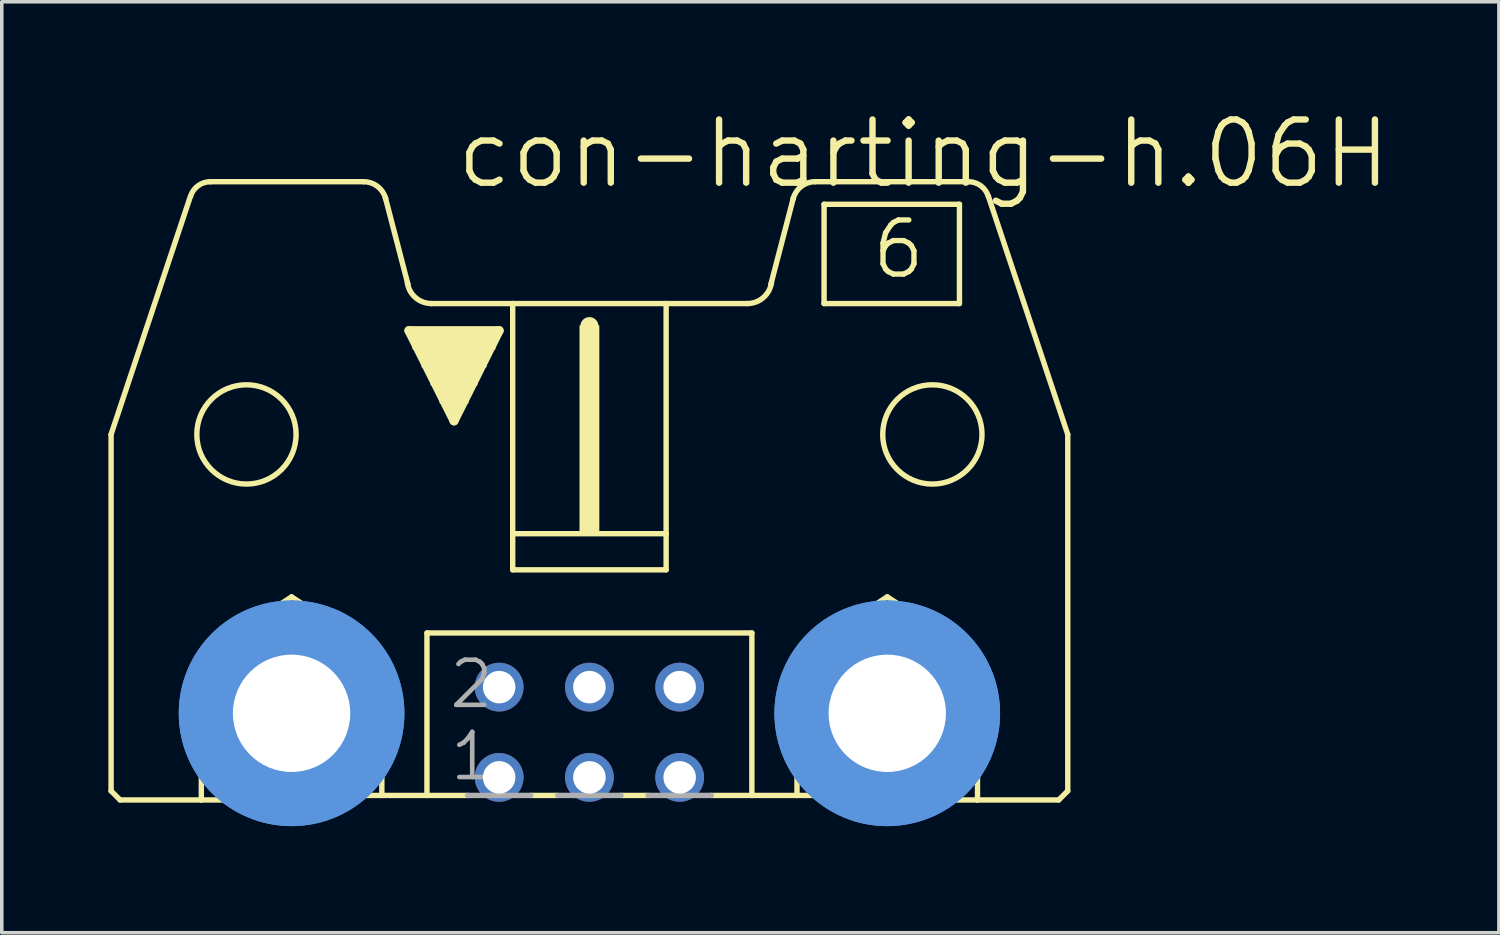
<source format=kicad_pcb>
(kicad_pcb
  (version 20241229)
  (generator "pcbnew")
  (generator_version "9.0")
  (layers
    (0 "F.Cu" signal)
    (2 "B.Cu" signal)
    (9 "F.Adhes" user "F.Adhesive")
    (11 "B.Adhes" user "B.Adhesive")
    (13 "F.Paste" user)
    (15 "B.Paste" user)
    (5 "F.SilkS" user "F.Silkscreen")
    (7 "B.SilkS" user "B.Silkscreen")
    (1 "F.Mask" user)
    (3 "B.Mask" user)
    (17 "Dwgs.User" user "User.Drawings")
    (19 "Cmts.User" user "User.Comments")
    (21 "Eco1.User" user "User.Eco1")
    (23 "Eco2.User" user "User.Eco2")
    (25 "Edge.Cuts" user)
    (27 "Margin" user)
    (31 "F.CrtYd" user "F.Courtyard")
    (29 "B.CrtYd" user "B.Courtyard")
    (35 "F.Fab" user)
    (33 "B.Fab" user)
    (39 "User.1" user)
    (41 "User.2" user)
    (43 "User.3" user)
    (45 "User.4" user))
  (footprint "con-harting-h.06H"
    (layer "F.Cu")
    (at 13.538 17.558)
    (property "Reference" "con-harting-h.06H" (at -3.835 -15.24 0) (layer "F.SilkS") (effects (font (size 1.778 1.778) (thickness 0.18)) (justify left bottom)))
    (attr through_hole)
    (fp_line (start -13.462 1.651) (end -13.462 -8.382) (stroke (width 0.152) (type default)) (layer "F.SilkS"))
    (fp_line (start -13.462 1.651) (end -13.208 1.905) (stroke (width 0.152) (type default)) (layer "F.SilkS"))
    (fp_line (start -13.208 1.905) (end -10.922 1.905) (stroke (width 0.152) (type default)) (layer "F.SilkS"))
    (fp_line (start -11.227 -15.088) (end -13.462 -8.382) (stroke (width 0.152) (type default)) (layer "F.SilkS"))
    (fp_line (start -10.922 -2.159) (end -8.382 -3.81) (stroke (width 0.152) (type default)) (layer "F.SilkS"))
    (fp_line (start -10.922 1.905) (end -10.922 -2.159) (stroke (width 0.152) (type default)) (layer "F.SilkS"))
    (fp_line (start -10.922 1.905) (end -8.89 1.905) (stroke (width 0.152) (type default)) (layer "F.SilkS"))
    (fp_line (start -8.89 1.778) (end -8.89 1.905) (stroke (width 0.152) (type default)) (layer "F.SilkS"))
    (fp_line (start -8.89 1.778) (end -5.842 1.778) (stroke (width 0.152) (type default)) (layer "F.SilkS"))
    (fp_line (start -8.382 -3.81) (end -5.842 -2.159) (stroke (width 0.152) (type default)) (layer "F.SilkS"))
    (fp_line (start -6.35 -15.494) (end -10.668 -15.494) (stroke (width 0.152) (type default)) (layer "F.SilkS"))
    (fp_line (start -5.842 1.778) (end -5.842 -2.159) (stroke (width 0.152) (type default)) (layer "F.SilkS"))
    (fp_line (start -5.842 1.778) (end -4.572 1.778) (stroke (width 0.152) (type default)) (layer "F.SilkS"))
    (fp_line (start -5.105 -12.598) (end -5.74 -15.037) (stroke (width 0.152) (type default)) (layer "F.SilkS"))
    (fp_line (start -5.08 -11.303) (end -2.54 -11.303) (stroke (width 0.254) (type default)) (layer "F.SilkS"))
    (fp_line (start -4.572 -2.794) (end -4.572 1.778) (stroke (width 0.152) (type default)) (layer "F.SilkS"))
    (fp_line (start -4.572 1.778) (end -3.429 1.778) (stroke (width 0.152) (type default)) (layer "F.SilkS"))
    (fp_line (start -4.445 -12.065) (end -2.159 -12.065) (stroke (width 0.152) (type default)) (layer "F.SilkS"))
    (fp_line (start -3.81 -8.763) (end -5.08 -11.303) (stroke (width 0.254) (type default)) (layer "F.SilkS"))
    (fp_line (start -2.54 -11.303) (end -3.81 -8.763) (stroke (width 0.254) (type default)) (layer "F.SilkS"))
    (fp_line (start -2.159 -12.065) (end -2.159 -5.588) (stroke (width 0.152) (type default)) (layer "F.SilkS"))
    (fp_line (start -2.159 -12.065) (end 2.159 -12.065) (stroke (width 0.152) (type default)) (layer "F.SilkS"))
    (fp_line (start -2.159 -5.588) (end -2.159 -4.572) (stroke (width 0.152) (type default)) (layer "F.SilkS"))
    (fp_line (start -1.651 1.778) (end -0.889 1.778) (stroke (width 0.152) (type default)) (layer "F.SilkS"))
    (fp_line (start 0 -11.176) (end 0 -11.43) (stroke (width 0.508) (type default)) (layer "F.SilkS"))
    (fp_line (start 0.889 1.778) (end 1.651 1.778) (stroke (width 0.152) (type default)) (layer "F.SilkS"))
    (fp_line (start 2.159 -12.065) (end 2.159 -5.588) (stroke (width 0.152) (type default)) (layer "F.SilkS"))
    (fp_line (start 2.159 -12.065) (end 4.445 -12.065) (stroke (width 0.152) (type default)) (layer "F.SilkS"))
    (fp_line (start 2.159 -5.588) (end -2.159 -5.588) (stroke (width 0.152) (type default)) (layer "F.SilkS"))
    (fp_line (start 2.159 -5.588) (end 2.159 -4.572) (stroke (width 0.152) (type default)) (layer "F.SilkS"))
    (fp_line (start 2.159 -4.572) (end -2.159 -4.572) (stroke (width 0.152) (type default)) (layer "F.SilkS"))
    (fp_line (start 4.572 -2.794) (end -4.572 -2.794) (stroke (width 0.152) (type default)) (layer "F.SilkS"))
    (fp_line (start 4.572 -2.794) (end 4.572 1.778) (stroke (width 0.152) (type default)) (layer "F.SilkS"))
    (fp_line (start 4.572 1.778) (end 3.429 1.778) (stroke (width 0.152) (type default)) (layer "F.SilkS"))
    (fp_line (start 5.105 -12.598) (end 5.74 -15.037) (stroke (width 0.152) (type default)) (layer "F.SilkS"))
    (fp_line (start 5.842 -2.159) (end 8.382 -3.81) (stroke (width 0.152) (type default)) (layer "F.SilkS"))
    (fp_line (start 5.842 1.778) (end 4.572 1.778) (stroke (width 0.152) (type default)) (layer "F.SilkS"))
    (fp_line (start 5.842 1.778) (end 5.842 -2.159) (stroke (width 0.152) (type default)) (layer "F.SilkS"))
    (fp_line (start 6.35 -15.494) (end 10.668 -15.494) (stroke (width 0.152) (type default)) (layer "F.SilkS"))
    (fp_line (start 6.604 -14.859) (end 6.604 -12.065) (stroke (width 0.152) (type default)) (layer "F.SilkS"))
    (fp_line (start 6.604 -12.065) (end 10.414 -12.065) (stroke (width 0.152) (type default)) (layer "F.SilkS"))
    (fp_line (start 8.382 -3.81) (end 10.922 -2.159) (stroke (width 0.152) (type default)) (layer "F.SilkS"))
    (fp_line (start 8.89 1.778) (end 5.842 1.778) (stroke (width 0.152) (type default)) (layer "F.SilkS"))
    (fp_line (start 8.89 1.778) (end 8.89 1.905) (stroke (width 0.152) (type default)) (layer "F.SilkS"))
    (fp_line (start 10.414 -14.859) (end 6.604 -14.859) (stroke (width 0.152) (type default)) (layer "F.SilkS"))
    (fp_line (start 10.414 -14.859) (end 10.414 -12.065) (stroke (width 0.152) (type default)) (layer "F.SilkS"))
    (fp_line (start 10.922 1.905) (end 8.89 1.905) (stroke (width 0.152) (type default)) (layer "F.SilkS"))
    (fp_line (start 10.922 1.905) (end 10.922 -2.159) (stroke (width 0.152) (type default)) (layer "F.SilkS"))
    (fp_line (start 11.227 -15.088) (end 13.462 -8.382) (stroke (width 0.152) (type default)) (layer "F.SilkS"))
    (fp_line (start 13.208 1.905) (end 10.922 1.905) (stroke (width 0.152) (type default)) (layer "F.SilkS"))
    (fp_line (start 13.462 1.651) (end 13.208 1.905) (stroke (width 0.152) (type default)) (layer "F.SilkS"))
    (fp_line (start 13.462 1.651) (end 13.462 -8.382) (stroke (width 0.152) (type default)) (layer "F.SilkS"))
    (fp_rect (start -4.953 -10.795) (end -2.667 -11.303) (stroke (width 0.05) (type default)) (fill yes) (layer "F.SilkS"))
    (fp_rect (start -4.699 -10.287) (end -2.921 -10.795) (stroke (width 0.05) (type default)) (fill yes) (layer "F.SilkS"))
    (fp_rect (start -4.445 -9.779) (end -3.175 -10.287) (stroke (width 0.05) (type default)) (fill yes) (layer "F.SilkS"))
    (fp_rect (start -4.191 -9.271) (end -3.429 -9.779) (stroke (width 0.05) (type default)) (fill yes) (layer "F.SilkS"))
    (fp_rect (start -3.937 -9.017) (end -3.683 -9.271) (stroke (width 0.05) (type default)) (fill yes) (layer "F.SilkS"))
    (fp_rect (start -0.254 -5.588) (end 0.254 -11.43) (stroke (width 0.05) (type default)) (fill yes) (layer "F.SilkS"))
    (fp_arc (start -11.2244 -15.0878) (mid -11.012454 -15.38168) (end -10.668 -15.4941) (stroke (width 0.1524) (type default)) (layer "F.SilkS"))
    (fp_arc (start -6.35 -15.494) (mid -5.969 -15.367) (end -5.7404 -15.0368) (stroke (width 0.1524) (type default)) (layer "F.SilkS"))
    (fp_arc (start -5.7404 -15.0368) (mid -5.737084 -15.024931) (end -5.734 -15.013) (stroke (width 0.1524) (type default)) (layer "F.SilkS"))
    (fp_arc (start -4.445 -12.065) (mid -4.896774 -12.234824) (end -5.1248 -12.6602) (stroke (width 0.1524) (type default)) (layer "F.SilkS"))
    (fp_arc (start 5.1248 -12.6602) (mid 4.896774 -12.234824) (end 4.445 -12.065) (stroke (width 0.1524) (type default)) (layer "F.SilkS"))
    (fp_arc (start 5.734 -15.013) (mid 5.737084 -15.024931) (end 5.7404 -15.0368) (stroke (width 0.1524) (type default)) (layer "F.SilkS"))
    (fp_arc (start 5.7404 -15.0368) (mid 5.969 -15.367) (end 6.35 -15.494) (stroke (width 0.1524) (type default)) (layer "F.SilkS"))
    (fp_arc (start 10.668 -15.494) (mid 11.012385 -15.38161) (end 11.2243 -15.0878) (stroke (width 0.1524) (type default)) (layer "F.SilkS"))
    (fp_circle (center -9.652 -8.382) (end -8.255 -8.382) (stroke (width 0.152) (type default)) (fill no) (layer "F.SilkS"))
    (fp_circle (center -8.382 -0.533) (end -7.061 -0.533) (stroke (width 0.152) (type default)) (fill no) (layer "F.SilkS"))
    (fp_circle (center 8.382 -0.533) (end 9.703 -0.533) (stroke (width 0.152) (type default)) (fill no) (layer "F.SilkS"))
    (fp_circle (center 9.652 -8.382) (end 11.049 -8.382) (stroke (width 0.152) (type default)) (fill no) (layer "F.SilkS"))
    (fp_circle (center -8.382 -0.533) (end -6.096 -0.533) (stroke (width 1.778) (type default)) (fill no) (layer "Cmts.User"))
    (fp_circle (center -8.382 -0.533) (end -6.096 -0.533) (stroke (width 1.778) (type default)) (fill no) (layer "Cmts.User"))
    (fp_circle (center 8.382 -0.533) (end 10.668 -0.533) (stroke (width 1.778) (type default)) (fill no) (layer "Cmts.User"))
    (fp_circle (center 8.382 -0.533) (end 10.668 -0.533) (stroke (width 1.778) (type default)) (fill no) (layer "Cmts.User"))
    (fp_line (start -3.429 1.778) (end -1.651 1.778) (stroke (width 0.152) (type default)) (layer "F.Fab"))
    (fp_line (start -0.889 1.778) (end 0.889 1.778) (stroke (width 0.152) (type default)) (layer "F.Fab"))
    (fp_line (start 1.651 1.778) (end 3.429 1.778) (stroke (width 0.152) (type default)) (layer "F.Fab"))
    (fp_text user "6" (at 7.874 -12.7 0) (layer "F.SilkS") (effects (font (size 1.524 1.524) (thickness 0.15)) (justify left bottom)))
    (fp_text user "2" (at -4.013 -0.61 0) (layer "F.Fab") (effects (font (size 1.27 1.27) (thickness 0.13)) (justify left bottom)))
    (fp_text user "1" (at -3.988 1.422 0) (layer "F.Fab") (effects (font (size 1.27 1.27) (thickness 0.13)) (justify left bottom)))
    (pad "" np_thru_hole circle (at -8.382 -0.533) (size 3.302 3.302) (drill 3.302) (layers "*.Cu" "*.Mask"))
    (pad "" np_thru_hole circle (at 8.382 -0.533) (size 3.302 3.302) (drill 3.302) (layers "*.Cu" "*.Mask"))
    (pad "1" thru_hole circle (at -2.54 1.27) (size 1.372 1.372) (drill 0.914) (layers "*.Cu" "*.Mask"))
    (pad "2" thru_hole circle (at -2.54 -1.27) (size 1.372 1.372) (drill 0.914) (layers "*.Cu" "*.Mask"))
    (pad "3" thru_hole circle (at 0 1.27) (size 1.372 1.372) (drill 0.914) (layers "*.Cu" "*.Mask"))
    (pad "4" thru_hole circle (at 0 -1.27) (size 1.372 1.372) (drill 0.914) (layers "*.Cu" "*.Mask"))
    (pad "5" thru_hole circle (at 2.54 1.27) (size 1.372 1.372) (drill 0.914) (layers "*.Cu" "*.Mask"))
    (pad "6" thru_hole circle (at 2.54 -1.27) (size 1.372 1.372) (drill 0.914) (layers "*.Cu" "*.Mask")))
  (gr_rect
    (start -3 -3)
    (end 39.134 23.2)
    (stroke (width 0.1) (type default))
    (fill no)
    (layer "Edge.Cuts")))
</source>
